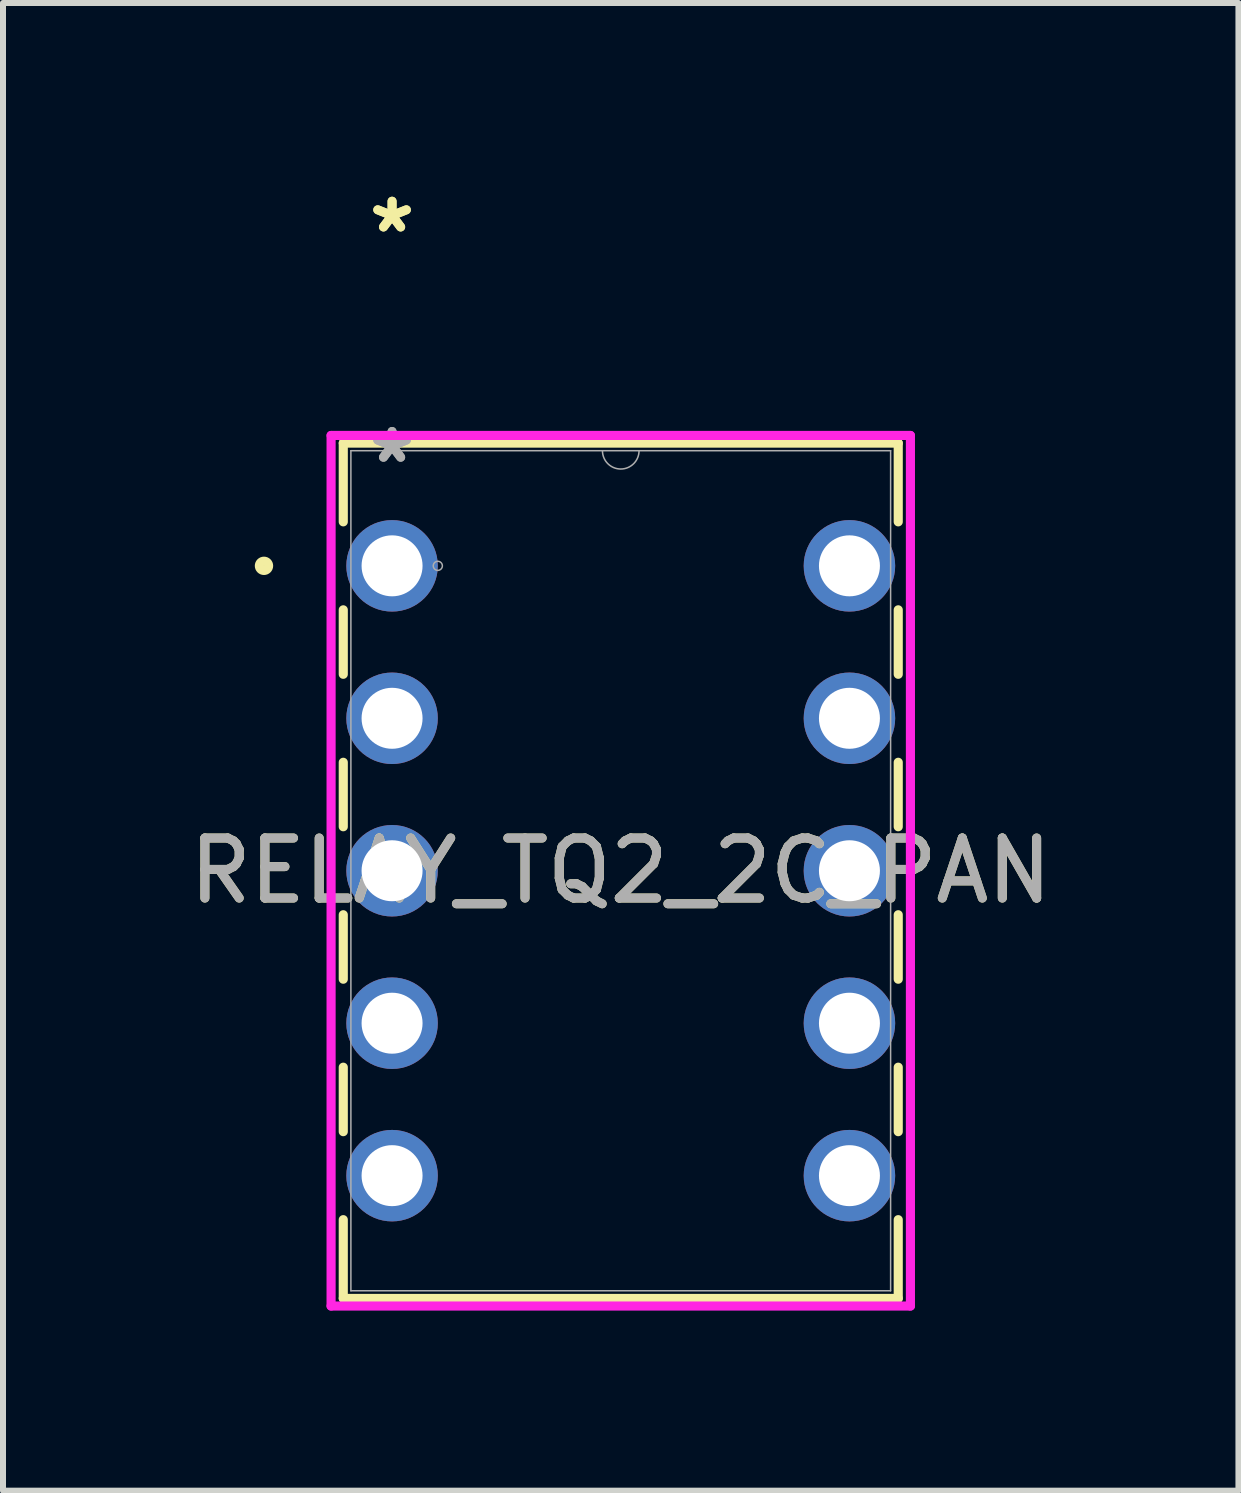
<source format=kicad_pcb>
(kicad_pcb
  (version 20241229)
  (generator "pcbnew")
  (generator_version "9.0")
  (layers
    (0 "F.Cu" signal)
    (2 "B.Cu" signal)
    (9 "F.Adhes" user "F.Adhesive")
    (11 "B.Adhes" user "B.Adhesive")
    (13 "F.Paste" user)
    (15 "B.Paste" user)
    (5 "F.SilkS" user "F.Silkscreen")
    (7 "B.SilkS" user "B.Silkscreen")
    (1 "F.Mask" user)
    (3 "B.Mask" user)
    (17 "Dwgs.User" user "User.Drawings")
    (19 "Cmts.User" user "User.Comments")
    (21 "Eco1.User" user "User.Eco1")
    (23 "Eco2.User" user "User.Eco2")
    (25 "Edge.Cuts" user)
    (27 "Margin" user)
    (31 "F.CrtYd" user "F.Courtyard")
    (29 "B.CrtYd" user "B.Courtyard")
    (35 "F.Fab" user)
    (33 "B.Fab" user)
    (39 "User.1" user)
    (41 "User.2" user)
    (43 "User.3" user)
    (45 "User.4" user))
  (footprint "RELAY_TQ2_2C_PAN"
    (layer "F.Cu")
    (at 3.482 6.377)
    (property "Reference" "RELAY_TQ2_2C_PAN" (at 3.81 5.08 0) (unlocked yes) (layer "F.SilkS") (effects (font (size 1 1) (thickness 0.15))))
    (attr through_hole)
    (fp_line (start -0.813 -2.045) (end -0.813 -0.733) (stroke (width 0.152) (type solid)) (layer "F.SilkS"))
    (fp_line (start -0.813 0.733) (end -0.813 1.807) (stroke (width 0.152) (type solid)) (layer "F.SilkS"))
    (fp_line (start -0.813 3.273) (end -0.813 4.347) (stroke (width 0.152) (type solid)) (layer "F.SilkS"))
    (fp_line (start -0.813 5.813) (end -0.813 6.887) (stroke (width 0.152) (type solid)) (layer "F.SilkS"))
    (fp_line (start -0.813 8.353) (end -0.813 9.427) (stroke (width 0.152) (type solid)) (layer "F.SilkS"))
    (fp_line (start -0.813 10.893) (end -0.813 12.205) (stroke (width 0.152) (type solid)) (layer "F.SilkS"))
    (fp_line (start -0.813 12.205) (end 8.433 12.205) (stroke (width 0.152) (type solid)) (layer "F.SilkS"))
    (fp_line (start 8.433 -2.045) (end -0.813 -2.045) (stroke (width 0.152) (type solid)) (layer "F.SilkS"))
    (fp_line (start 8.433 -0.733) (end 8.433 -2.045) (stroke (width 0.152) (type solid)) (layer "F.SilkS"))
    (fp_line (start 8.433 1.807) (end 8.433 0.733) (stroke (width 0.152) (type solid)) (layer "F.SilkS"))
    (fp_line (start 8.433 4.347) (end 8.433 3.273) (stroke (width 0.152) (type solid)) (layer "F.SilkS"))
    (fp_line (start 8.433 6.887) (end 8.433 5.813) (stroke (width 0.152) (type solid)) (layer "F.SilkS"))
    (fp_line (start 8.433 9.427) (end 8.433 8.353) (stroke (width 0.152) (type solid)) (layer "F.SilkS"))
    (fp_line (start 8.433 12.205) (end 8.433 10.893) (stroke (width 0.152) (type solid)) (layer "F.SilkS"))
    (fp_circle (center -2.134 0) (end -2.057 0) (stroke (width 0.152) (type solid)) (fill no) (layer "F.SilkS"))
    (fp_line (start -1.016 -2.172) (end 8.636 -2.172) (stroke (width 0.152) (type solid)) (layer "F.CrtYd"))
    (fp_line (start -1.016 12.332) (end -1.016 -2.172) (stroke (width 0.152) (type solid)) (layer "F.CrtYd"))
    (fp_line (start 8.636 -2.172) (end 8.636 12.332) (stroke (width 0.152) (type solid)) (layer "F.CrtYd"))
    (fp_line (start 8.636 12.332) (end -1.016 12.332) (stroke (width 0.152) (type solid)) (layer "F.CrtYd"))
    (fp_line (start -0.686 -1.918) (end -0.686 12.078) (stroke (width 0.025) (type solid)) (layer "F.Fab"))
    (fp_line (start -0.686 12.078) (end 8.306 12.078) (stroke (width 0.025) (type solid)) (layer "F.Fab"))
    (fp_line (start 8.306 -1.918) (end -0.686 -1.918) (stroke (width 0.025) (type solid)) (layer "F.Fab"))
    (fp_line (start 8.306 12.078) (end 8.306 -1.918) (stroke (width 0.025) (type solid)) (layer "F.Fab"))
    (fp_arc (start 4.1148 -1.9177) (mid 3.81 -1.6129) (end 3.5052 -1.9177) (stroke (width 0.0254) (type solid)) (layer "F.Fab"))
    (fp_circle (center 0.762 0) (end 0.838 0) (stroke (width 0.025) (type solid)) (fill no) (layer "F.Fab"))
    (fp_text user "*" (at 0 -5.529 0) (unlocked yes) (layer "F.SilkS") (effects (font (size 1 1) (thickness 0.15))))
    (fp_text user "*" (at 0 -5.529 0) (layer "F.SilkS") (effects (font (size 1 1) (thickness 0.15))))
    (fp_text user "*" (at 0 -1.693 0) (layer "F.Fab") (effects (font (size 1 1) (thickness 0.15))))
    (fp_text user "*" (at 0 -1.693 0) (unlocked yes) (layer "F.Fab") (effects (font (size 1 1) (thickness 0.15))))
    (fp_text user "${REFERENCE}" (at 3.81 5.08 0) (unlocked yes) (layer "F.Fab") (effects (font (size 1 1) (thickness 0.15))))
    (pad "1" thru_hole circle (at 0 0) (size 1.524 1.524) (drill 1.016) (layers "*.Cu" "*.Mask"))
    (pad "2" thru_hole circle (at 0 2.54) (size 1.524 1.524) (drill 1.016) (layers "*.Cu" "*.Mask"))
    (pad "3" thru_hole circle (at 0 5.08) (size 1.524 1.524) (drill 1.016) (layers "*.Cu" "*.Mask"))
    (pad "4" thru_hole circle (at 0 7.62) (size 1.524 1.524) (drill 1.016) (layers "*.Cu" "*.Mask"))
    (pad "5" thru_hole circle (at 0 10.16) (size 1.524 1.524) (drill 1.016) (layers "*.Cu" "*.Mask"))
    (pad "6" thru_hole circle (at 7.62 10.16) (size 1.524 1.524) (drill 1.016) (layers "*.Cu" "*.Mask"))
    (pad "7" thru_hole circle (at 7.62 7.62) (size 1.524 1.524) (drill 1.016) (layers "*.Cu" "*.Mask"))
    (pad "8" thru_hole circle (at 7.62 5.08) (size 1.524 1.524) (drill 1.016) (layers "*.Cu" "*.Mask"))
    (pad "9" thru_hole circle (at 7.62 2.54) (size 1.524 1.524) (drill 1.016) (layers "*.Cu" "*.Mask"))
    (pad "10" thru_hole circle (at 7.62 0) (size 1.524 1.524) (drill 1.016) (layers "*.Cu" "*.Mask")))
  (gr_rect
    (start -3 -3)
    (end 17.583 21.785)
    (stroke (width 0.1) (type default))
    (fill no)
    (layer "Edge.Cuts")))
</source>
